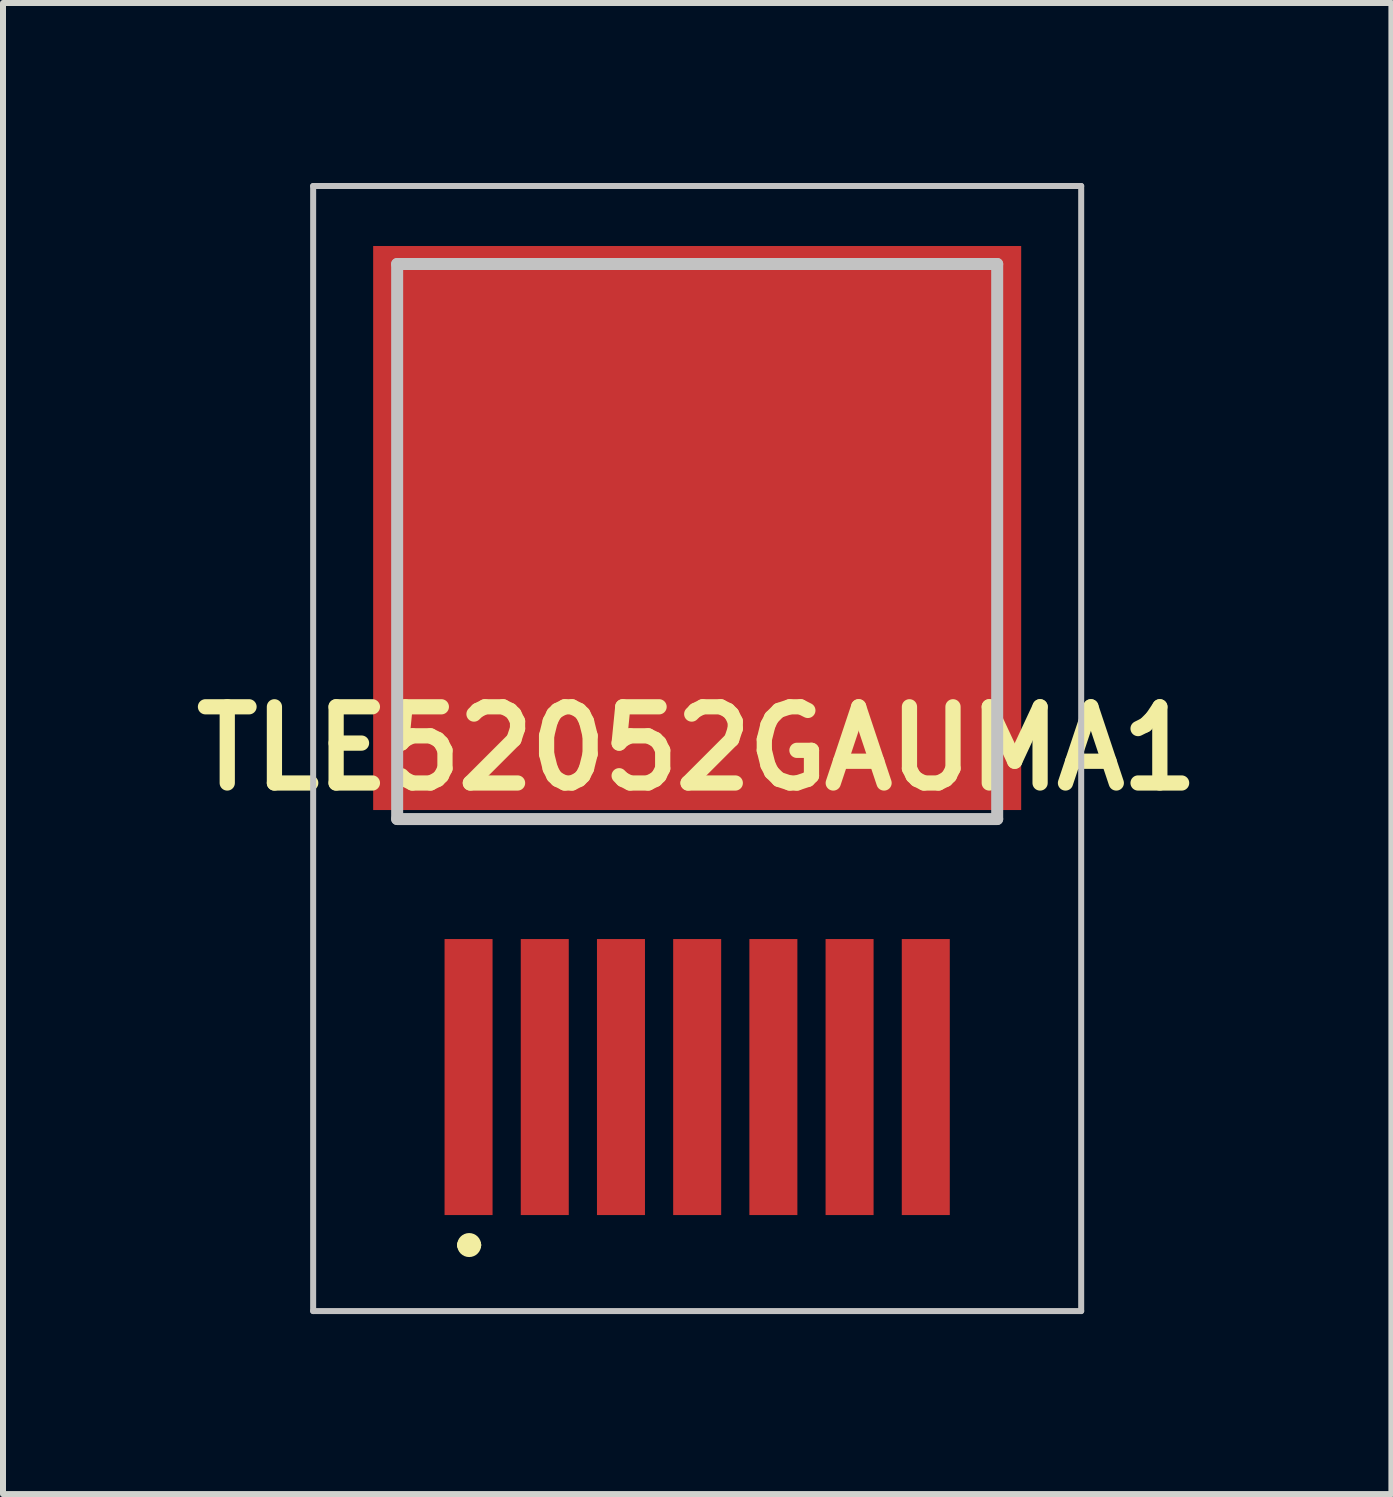
<source format=kicad_pcb>
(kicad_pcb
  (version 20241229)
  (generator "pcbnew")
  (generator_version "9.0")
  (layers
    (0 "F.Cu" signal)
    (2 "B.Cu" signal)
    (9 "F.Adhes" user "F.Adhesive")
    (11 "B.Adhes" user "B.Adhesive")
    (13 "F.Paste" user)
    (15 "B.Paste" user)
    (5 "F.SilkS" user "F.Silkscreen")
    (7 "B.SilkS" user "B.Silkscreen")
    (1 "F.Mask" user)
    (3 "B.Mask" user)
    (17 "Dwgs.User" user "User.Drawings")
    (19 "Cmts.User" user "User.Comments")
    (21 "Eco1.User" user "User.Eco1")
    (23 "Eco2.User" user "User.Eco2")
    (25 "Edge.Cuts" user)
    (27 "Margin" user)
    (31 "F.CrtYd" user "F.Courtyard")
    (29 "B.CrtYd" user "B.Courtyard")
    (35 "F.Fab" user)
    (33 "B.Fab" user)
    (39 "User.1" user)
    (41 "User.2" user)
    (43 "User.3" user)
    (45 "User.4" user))
  (footprint "TLE52052GAUMA1"
    (layer "F.Cu")
    (at 8.569 9.575)
    (property "Reference" "TLE52052GAUMA1" (at 0 -0.15 0) (layer "F.SilkS") (effects (font (size 1.27 1.27) (thickness 0.254))))
    (attr smd)
    (fp_line (start -5 1.025) (end 5 1.025) (stroke (width 0.1) (type solid)) (layer "F.SilkS"))
    (fp_line (start -3.9 8.125) (end -3.9 8.125) (stroke (width 0.2) (type solid)) (layer "F.SilkS"))
    (fp_line (start -3.7 8.125) (end -3.7 8.125) (stroke (width 0.2) (type solid)) (layer "F.SilkS"))
    (fp_arc (start -3.9 8.125) (mid -3.8 8.025) (end -3.7 8.125) (stroke (width 0.2) (type solid)) (layer "F.SilkS"))
    (fp_arc (start -3.7 8.125) (mid -3.8 8.225) (end -3.9 8.125) (stroke (width 0.2) (type solid)) (layer "F.SilkS"))
    (fp_line (start -6.4 -9.525) (end 6.4 -9.525) (stroke (width 0.1) (type solid)) (layer "Dwgs.User"))
    (fp_line (start -6.4 9.225) (end -6.4 -9.525) (stroke (width 0.1) (type solid)) (layer "Dwgs.User"))
    (fp_line (start -5 -8.225) (end 5 -8.225) (stroke (width 0.2) (type solid)) (layer "Dwgs.User"))
    (fp_line (start -5 1.025) (end -5 -8.225) (stroke (width 0.2) (type solid)) (layer "Dwgs.User"))
    (fp_line (start 5 -8.225) (end 5 1.025) (stroke (width 0.2) (type solid)) (layer "Dwgs.User"))
    (fp_line (start 5 1.025) (end -5 1.025) (stroke (width 0.2) (type solid)) (layer "Dwgs.User"))
    (fp_line (start 6.4 -9.525) (end 6.4 9.225) (stroke (width 0.1) (type solid)) (layer "Dwgs.User"))
    (fp_line (start 6.4 9.225) (end -6.4 9.225) (stroke (width 0.1) (type solid)) (layer "Dwgs.User"))
    (pad "1" smd rect (at -3.81 5.325) (size 0.8 4.6) (layers "F.Cu" "F.Mask" "F.Paste"))
    (pad "2" smd rect (at -2.54 5.325) (size 0.8 4.6) (layers "F.Cu" "F.Mask" "F.Paste"))
    (pad "3" smd rect (at -1.27 5.325) (size 0.8 4.6) (layers "F.Cu" "F.Mask" "F.Paste"))
    (pad "4" smd rect (at 0 5.325) (size 0.8 4.6) (layers "F.Cu" "F.Mask" "F.Paste"))
    (pad "5" smd rect (at 1.27 5.325) (size 0.8 4.6) (layers "F.Cu" "F.Mask" "F.Paste"))
    (pad "6" smd rect (at 2.54 5.325) (size 0.8 4.6) (layers "F.Cu" "F.Mask" "F.Paste"))
    (pad "7" smd rect (at 3.81 5.325) (size 0.8 4.6) (layers "F.Cu" "F.Mask" "F.Paste"))
    (pad "8" smd rect (at 0 -3.825 90) (size 9.4 10.8) (layers "F.Cu" "F.Mask" "F.Paste")))
  (gr_rect
    (start -3 -3)
    (end 20.139 21.85)
    (stroke (width 0.1) (type default))
    (fill no)
    (layer "Edge.Cuts")))
</source>
